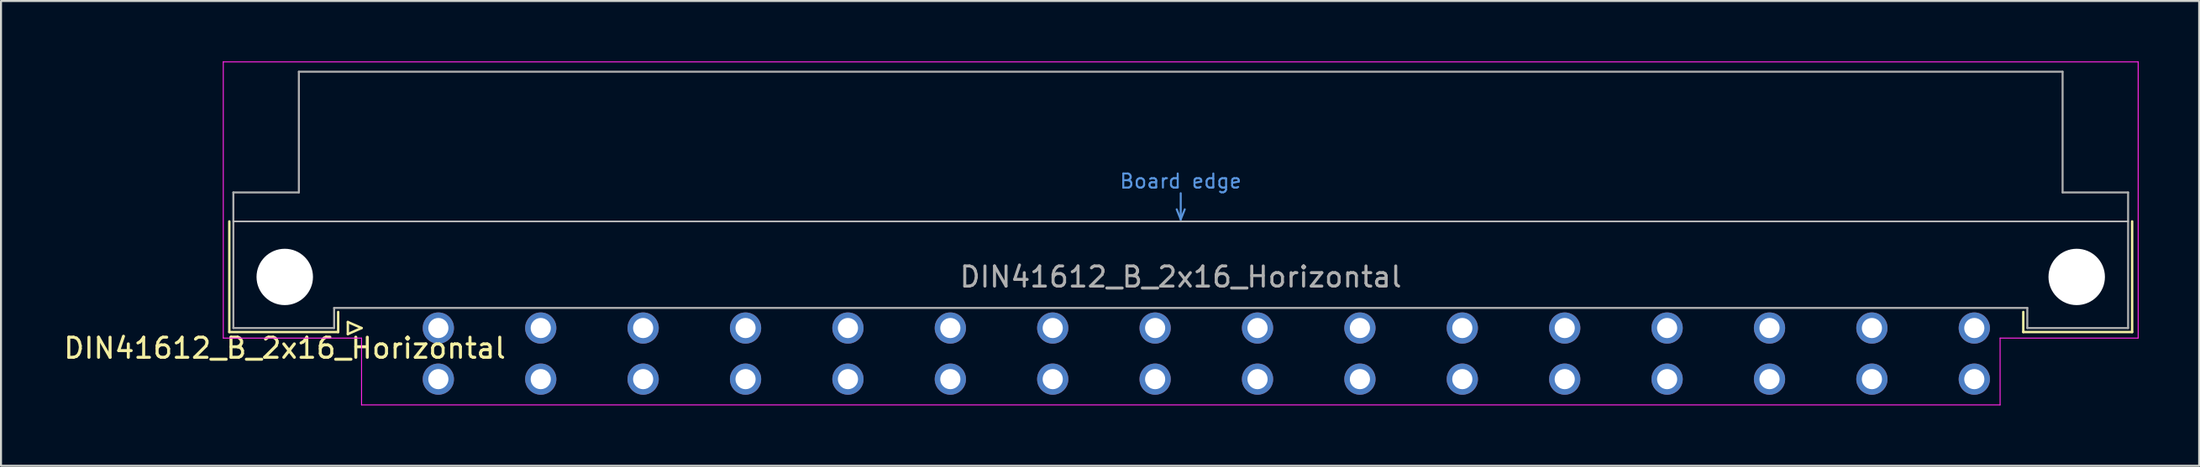
<source format=kicad_pcb>
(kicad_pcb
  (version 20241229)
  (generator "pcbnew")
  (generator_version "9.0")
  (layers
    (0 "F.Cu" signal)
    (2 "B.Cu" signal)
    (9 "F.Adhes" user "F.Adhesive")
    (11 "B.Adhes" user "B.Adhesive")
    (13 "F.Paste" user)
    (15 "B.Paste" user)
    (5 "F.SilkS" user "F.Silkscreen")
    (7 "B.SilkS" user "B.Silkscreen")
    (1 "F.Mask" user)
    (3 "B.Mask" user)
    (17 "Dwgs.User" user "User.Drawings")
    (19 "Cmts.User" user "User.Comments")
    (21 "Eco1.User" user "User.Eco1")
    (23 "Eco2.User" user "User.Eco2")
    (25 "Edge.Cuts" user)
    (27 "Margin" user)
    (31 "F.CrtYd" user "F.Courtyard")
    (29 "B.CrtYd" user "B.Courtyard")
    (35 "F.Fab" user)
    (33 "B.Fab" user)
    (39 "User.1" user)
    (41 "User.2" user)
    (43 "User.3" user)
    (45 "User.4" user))
  (footprint "DIN41612_B_2x16_Horizontal"
    (layer "F.Cu")
    (at 16.157 13.255)
    (property "Reference" "DIN41612_B_2x16_Horizontal" (at -5.08 1 0) (layer "F.SilkS") (effects (font (size 1 1) (thickness 0.15))))
    (attr through_hole)
    (fp_line (start -7.83 -5.3) (end -7.83 0.2) (stroke (width 0.12) (type solid)) (layer "F.SilkS"))
    (fp_line (start -7.83 0.2) (end -2.43 0.2) (stroke (width 0.12) (type solid)) (layer "F.SilkS"))
    (fp_line (start -2.43 0.2) (end -2.43 -0.8) (stroke (width 0.12) (type solid)) (layer "F.SilkS"))
    (fp_line (start -1.95 -0.3) (end -1.95 0.3) (stroke (width 0.12) (type solid)) (layer "F.SilkS"))
    (fp_line (start -1.95 0.3) (end -1.27 0) (stroke (width 0.12) (type solid)) (layer "F.SilkS"))
    (fp_line (start -1.27 0) (end -1.95 -0.3) (stroke (width 0.12) (type solid)) (layer "F.SilkS"))
    (fp_line (start 81.17 0.2) (end 81.17 -0.8) (stroke (width 0.12) (type solid)) (layer "F.SilkS"))
    (fp_line (start 86.57 -5.3) (end 86.57 0.2) (stroke (width 0.12) (type solid)) (layer "F.SilkS"))
    (fp_line (start 86.57 0.2) (end 81.17 0.2) (stroke (width 0.12) (type solid)) (layer "F.SilkS"))
    (fp_line (start -7.63 -5.3) (end 86.37 -5.3) (stroke (width 0.08) (type solid)) (layer "Dwgs.User"))
    (fp_line (start 39.17 -5.9) (end 39.37 -5.4) (stroke (width 0.1) (type solid)) (layer "Cmts.User"))
    (fp_line (start 39.37 -5.4) (end 39.37 -6.7) (stroke (width 0.1) (type solid)) (layer "Cmts.User"))
    (fp_line (start 39.37 -5.4) (end 39.57 -5.9) (stroke (width 0.1) (type solid)) (layer "Cmts.User"))
    (fp_line (start -8.13 -13.23) (end -8.13 0.5) (stroke (width 0.05) (type solid)) (layer "F.CrtYd"))
    (fp_line (start -8.13 0.5) (end -1.27 0.5) (stroke (width 0.05) (type solid)) (layer "F.CrtYd"))
    (fp_line (start -1.27 0.5) (end -1.27 3.82) (stroke (width 0.05) (type solid)) (layer "F.CrtYd"))
    (fp_line (start -1.27 3.82) (end 80.02 3.82) (stroke (width 0.05) (type solid)) (layer "F.CrtYd"))
    (fp_line (start 80.02 0.5) (end 86.87 0.5) (stroke (width 0.05) (type solid)) (layer "F.CrtYd"))
    (fp_line (start 80.02 3.82) (end 80.02 0.5) (stroke (width 0.05) (type solid)) (layer "F.CrtYd"))
    (fp_line (start 86.87 -13.23) (end -8.13 -13.23) (stroke (width 0.05) (type solid)) (layer "F.CrtYd"))
    (fp_line (start 86.87 0.5) (end 86.87 -13.23) (stroke (width 0.05) (type solid)) (layer "F.CrtYd"))
    (fp_line (start -7.63 -6.74) (end -7.63 0) (stroke (width 0.1) (type solid)) (layer "F.Fab"))
    (fp_line (start -7.63 0) (end -2.63 0) (stroke (width 0.1) (type solid)) (layer "F.Fab"))
    (fp_line (start -4.38 -12.74) (end -4.38 -6.74) (stroke (width 0.1) (type solid)) (layer "F.Fab"))
    (fp_line (start -4.38 -6.74) (end -7.63 -6.74) (stroke (width 0.1) (type solid)) (layer "F.Fab"))
    (fp_line (start -2.63 -1) (end 81.37 -1) (stroke (width 0.1) (type solid)) (layer "F.Fab"))
    (fp_line (start -2.63 0) (end -2.63 -1) (stroke (width 0.1) (type solid)) (layer "F.Fab"))
    (fp_line (start 81.37 -1) (end 81.37 0) (stroke (width 0.1) (type solid)) (layer "F.Fab"))
    (fp_line (start 81.37 0) (end 86.37 0) (stroke (width 0.1) (type solid)) (layer "F.Fab"))
    (fp_line (start 83.12 -12.74) (end -4.38 -12.74) (stroke (width 0.1) (type solid)) (layer "F.Fab"))
    (fp_line (start 83.12 -6.74) (end 83.12 -12.74) (stroke (width 0.1) (type solid)) (layer "F.Fab"))
    (fp_line (start 86.37 -6.74) (end 83.12 -6.74) (stroke (width 0.1) (type solid)) (layer "F.Fab"))
    (fp_line (start 86.37 0) (end 86.37 -6.74) (stroke (width 0.1) (type solid)) (layer "F.Fab"))
    (fp_text user "Board edge" (at 39.37 -7.3 0) (layer "Cmts.User") (effects (font (size 0.7 0.7) (thickness 0.1))))
    (fp_text user "${REFERENCE}" (at 39.37 -2.54 0) (layer "F.Fab") (effects (font (size 1 1) (thickness 0.15))))
    (pad "" np_thru_hole circle (at -5.08 -2.54) (size 2.8 2.8) (drill 2.8) (layers "*.Cu" "*.Mask"))
    (pad "" np_thru_hole circle (at 83.82 -2.54) (size 2.8 2.8) (drill 2.8) (layers "*.Cu" "*.Mask"))
    (pad "a2" thru_hole circle (at 2.54 0) (size 1.55 1.55) (drill 1) (layers "*.Cu" "*.Mask"))
    (pad "a4" thru_hole circle (at 7.62 0) (size 1.55 1.55) (drill 1) (layers "*.Cu" "*.Mask"))
    (pad "a6" thru_hole circle (at 12.7 0) (size 1.55 1.55) (drill 1) (layers "*.Cu" "*.Mask"))
    (pad "a8" thru_hole circle (at 17.78 0) (size 1.55 1.55) (drill 1) (layers "*.Cu" "*.Mask"))
    (pad "a10" thru_hole circle (at 22.86 0) (size 1.55 1.55) (drill 1) (layers "*.Cu" "*.Mask"))
    (pad "a12" thru_hole circle (at 27.94 0) (size 1.55 1.55) (drill 1) (layers "*.Cu" "*.Mask"))
    (pad "a14" thru_hole circle (at 33.02 0) (size 1.55 1.55) (drill 1) (layers "*.Cu" "*.Mask"))
    (pad "a16" thru_hole circle (at 38.1 0) (size 1.55 1.55) (drill 1) (layers "*.Cu" "*.Mask"))
    (pad "a18" thru_hole circle (at 43.18 0) (size 1.55 1.55) (drill 1) (layers "*.Cu" "*.Mask"))
    (pad "a20" thru_hole circle (at 48.26 0) (size 1.55 1.55) (drill 1) (layers "*.Cu" "*.Mask"))
    (pad "a22" thru_hole circle (at 53.34 0) (size 1.55 1.55) (drill 1) (layers "*.Cu" "*.Mask"))
    (pad "a24" thru_hole circle (at 58.42 0) (size 1.55 1.55) (drill 1) (layers "*.Cu" "*.Mask"))
    (pad "a26" thru_hole circle (at 63.5 0) (size 1.55 1.55) (drill 1) (layers "*.Cu" "*.Mask"))
    (pad "a28" thru_hole circle (at 68.58 0) (size 1.55 1.55) (drill 1) (layers "*.Cu" "*.Mask"))
    (pad "a30" thru_hole circle (at 73.66 0) (size 1.55 1.55) (drill 1) (layers "*.Cu" "*.Mask"))
    (pad "a32" thru_hole circle (at 78.74 0) (size 1.55 1.55) (drill 1) (layers "*.Cu" "*.Mask"))
    (pad "b2" thru_hole circle (at 2.54 2.54) (size 1.55 1.55) (drill 1) (layers "*.Cu" "*.Mask"))
    (pad "b4" thru_hole circle (at 7.62 2.54) (size 1.55 1.55) (drill 1) (layers "*.Cu" "*.Mask"))
    (pad "b6" thru_hole circle (at 12.7 2.54) (size 1.55 1.55) (drill 1) (layers "*.Cu" "*.Mask"))
    (pad "b8" thru_hole circle (at 17.78 2.54) (size 1.55 1.55) (drill 1) (layers "*.Cu" "*.Mask"))
    (pad "b10" thru_hole circle (at 22.86 2.54) (size 1.55 1.55) (drill 1) (layers "*.Cu" "*.Mask"))
    (pad "b12" thru_hole circle (at 27.94 2.54) (size 1.55 1.55) (drill 1) (layers "*.Cu" "*.Mask"))
    (pad "b14" thru_hole circle (at 33.02 2.54) (size 1.55 1.55) (drill 1) (layers "*.Cu" "*.Mask"))
    (pad "b16" thru_hole circle (at 38.1 2.54) (size 1.55 1.55) (drill 1) (layers "*.Cu" "*.Mask"))
    (pad "b18" thru_hole circle (at 43.18 2.54) (size 1.55 1.55) (drill 1) (layers "*.Cu" "*.Mask"))
    (pad "b20" thru_hole circle (at 48.26 2.54) (size 1.55 1.55) (drill 1) (layers "*.Cu" "*.Mask"))
    (pad "b22" thru_hole circle (at 53.34 2.54) (size 1.55 1.55) (drill 1) (layers "*.Cu" "*.Mask"))
    (pad "b24" thru_hole circle (at 58.42 2.54) (size 1.55 1.55) (drill 1) (layers "*.Cu" "*.Mask"))
    (pad "b26" thru_hole circle (at 63.5 2.54) (size 1.55 1.55) (drill 1) (layers "*.Cu" "*.Mask"))
    (pad "b28" thru_hole circle (at 68.58 2.54) (size 1.55 1.55) (drill 1) (layers "*.Cu" "*.Mask"))
    (pad "b30" thru_hole circle (at 73.66 2.54) (size 1.55 1.55) (drill 1) (layers "*.Cu" "*.Mask"))
    (pad "b32" thru_hole circle (at 78.74 2.54) (size 1.55 1.55) (drill 1) (layers "*.Cu" "*.Mask")))
  (gr_rect
    (start -3 -3)
    (end 106.052 20.1)
    (stroke (width 0.1) (type default))
    (fill no)
    (layer "Edge.Cuts")))
</source>
